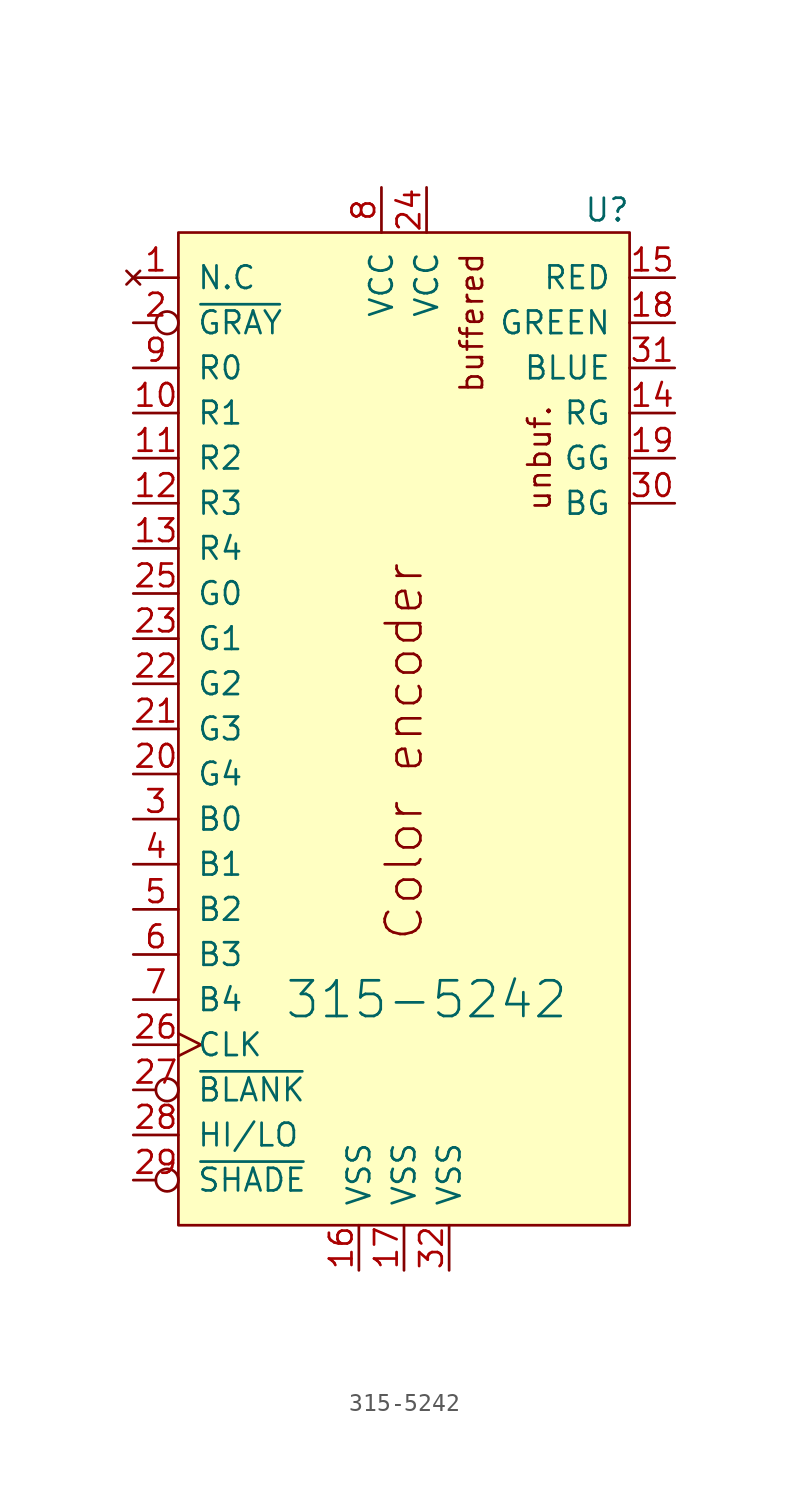
<source format=kicad_sym>
(kicad_symbol_lib
  (version 20220914)
  (generator kicad_symbol_editor)
  (symbol "315-5242"
    (pin_names
      (offset 1.016))
    (property "Reference" "U"
      (at 11.43 30.48 0)
      (effects (font (size 1.27 1.27))))
    (property "Value" "315-5242"
      (at 1.27 -13.97 0)
      (effects (font (size 2.007 2.007))))
    (symbol "315-5242_0_0"
      (text "Color encoder" (at 0 0 900) (effects (font (size 2.007 2.007)))))
    (symbol "315-5242_0_1"
      (rectangle (start -12.7 29.21) (end 12.7 -26.67) (stroke (width 0) (type default)) (fill (type background))))
    (symbol "315-5242_1_0"
      (text "buffered" (at 3.81 24.13 900) (effects (font (size 1.27 1.27))))
      (text "unbuf." (at 7.62 16.51 900) (effects (font (size 1.27 1.27)))))
    (symbol "315-5242_1_1"
      (pin no_connect line (at -15.24 26.67 0) (length 2.54) (name "N.C" (effects (font (size 1.27 1.27)))) (number "1" (effects (font (size 1.27 1.27)))))
      (pin input line (at -15.24 19.05 0) (length 2.54) (name "R1" (effects (font (size 1.27 1.27)))) (number "10" (effects (font (size 1.27 1.27)))))
      (pin input line (at -15.24 16.51 0) (length 2.54) (name "R2" (effects (font (size 1.27 1.27)))) (number "11" (effects (font (size 1.27 1.27)))))
      (pin input line (at -15.24 13.97 0) (length 2.54) (name "R3" (effects (font (size 1.27 1.27)))) (number "12" (effects (font (size 1.27 1.27)))))
      (pin input line (at -15.24 11.43 0) (length 2.54) (name "R4" (effects (font (size 1.27 1.27)))) (number "13" (effects (font (size 1.27 1.27)))))
      (pin output line (at 15.24 19.05 180) (length 2.54) (name "RG" (effects (font (size 1.27 1.27)))) (number "14" (effects (font (size 1.27 1.27)))))
      (pin output line (at 15.24 26.67 180) (length 2.54) (name "RED" (effects (font (size 1.27 1.27)))) (number "15" (effects (font (size 1.27 1.27)))))
      (pin power_in line (at -2.54 -29.21 90) (length 2.54) (name "VSS" (effects (font (size 1.27 1.27)))) (number "16" (effects (font (size 1.27 1.27)))))
      (pin power_in line (at 0 -29.21 90) (length 2.54) (name "VSS" (effects (font (size 1.27 1.27)))) (number "17" (effects (font (size 1.27 1.27)))))
      (pin output line (at 15.24 24.13 180) (length 2.54) (name "GREEN" (effects (font (size 1.27 1.27)))) (number "18" (effects (font (size 1.27 1.27)))))
      (pin output line (at 15.24 16.51 180) (length 2.54) (name "GG" (effects (font (size 1.27 1.27)))) (number "19" (effects (font (size 1.27 1.27)))))
      (pin input inverted (at -15.24 24.13 0) (length 2.54) (name "~{GRAY}" (effects (font (size 1.27 1.27)))) (number "2" (effects (font (size 1.27 1.27)))))
      (pin input line (at -15.24 -1.27 0) (length 2.54) (name "G4" (effects (font (size 1.27 1.27)))) (number "20" (effects (font (size 1.27 1.27)))))
      (pin input line (at -15.24 1.27 0) (length 2.54) (name "G3" (effects (font (size 1.27 1.27)))) (number "21" (effects (font (size 1.27 1.27)))))
      (pin input line (at -15.24 3.81 0) (length 2.54) (name "G2" (effects (font (size 1.27 1.27)))) (number "22" (effects (font (size 1.27 1.27)))))
      (pin input line (at -15.24 6.35 0) (length 2.54) (name "G1" (effects (font (size 1.27 1.27)))) (number "23" (effects (font (size 1.27 1.27)))))
      (pin power_in line (at 1.27 31.75 270) (length 2.54) (name "VCC" (effects (font (size 1.27 1.27)))) (number "24" (effects (font (size 1.27 1.27)))))
      (pin input line (at -15.24 8.89 0) (length 2.54) (name "G0" (effects (font (size 1.27 1.27)))) (number "25" (effects (font (size 1.27 1.27)))))
      (pin input clock (at -15.24 -16.51 0) (length 2.54) (name "CLK" (effects (font (size 1.27 1.27)))) (number "26" (effects (font (size 1.27 1.27)))))
      (pin input inverted (at -15.24 -19.05 0) (length 2.54) (name "~{BLANK}" (effects (font (size 1.27 1.27)))) (number "27" (effects (font (size 1.27 1.27)))))
      (pin input line (at -15.24 -21.59 0) (length 2.54) (name "HI/LO" (effects (font (size 1.27 1.27)))) (number "28" (effects (font (size 1.27 1.27)))))
      (pin input inverted (at -15.24 -24.13 0) (length 2.54) (name "~{SHADE}" (effects (font (size 1.27 1.27)))) (number "29" (effects (font (size 1.27 1.27)))))
      (pin input line (at -15.24 -3.81 0) (length 2.54) (name "B0" (effects (font (size 1.27 1.27)))) (number "3" (effects (font (size 1.27 1.27)))))
      (pin output line (at 15.24 13.97 180) (length 2.54) (name "BG" (effects (font (size 1.27 1.27)))) (number "30" (effects (font (size 1.27 1.27)))))
      (pin output line (at 15.24 21.59 180) (length 2.54) (name "BLUE" (effects (font (size 1.27 1.27)))) (number "31" (effects (font (size 1.27 1.27)))))
      (pin power_in line (at 2.54 -29.21 90) (length 2.54) (name "VSS" (effects (font (size 1.27 1.27)))) (number "32" (effects (font (size 1.27 1.27)))))
      (pin input line (at -15.24 -6.35 0) (length 2.54) (name "B1" (effects (font (size 1.27 1.27)))) (number "4" (effects (font (size 1.27 1.27)))))
      (pin input line (at -15.24 -8.89 0) (length 2.54) (name "B2" (effects (font (size 1.27 1.27)))) (number "5" (effects (font (size 1.27 1.27)))))
      (pin input line (at -15.24 -11.43 0) (length 2.54) (name "B3" (effects (font (size 1.27 1.27)))) (number "6" (effects (font (size 1.27 1.27)))))
      (pin input line (at -15.24 -13.97 0) (length 2.54) (name "B4" (effects (font (size 1.27 1.27)))) (number "7" (effects (font (size 1.27 1.27)))))
      (pin power_in line (at -1.27 31.75 270) (length 2.54) (name "VCC" (effects (font (size 1.27 1.27)))) (number "8" (effects (font (size 1.27 1.27)))))
      (pin input line (at -15.24 21.59 0) (length 2.54) (name "R0" (effects (font (size 1.27 1.27)))) (number "9" (effects (font (size 1.27 1.27))))))))
</source>
